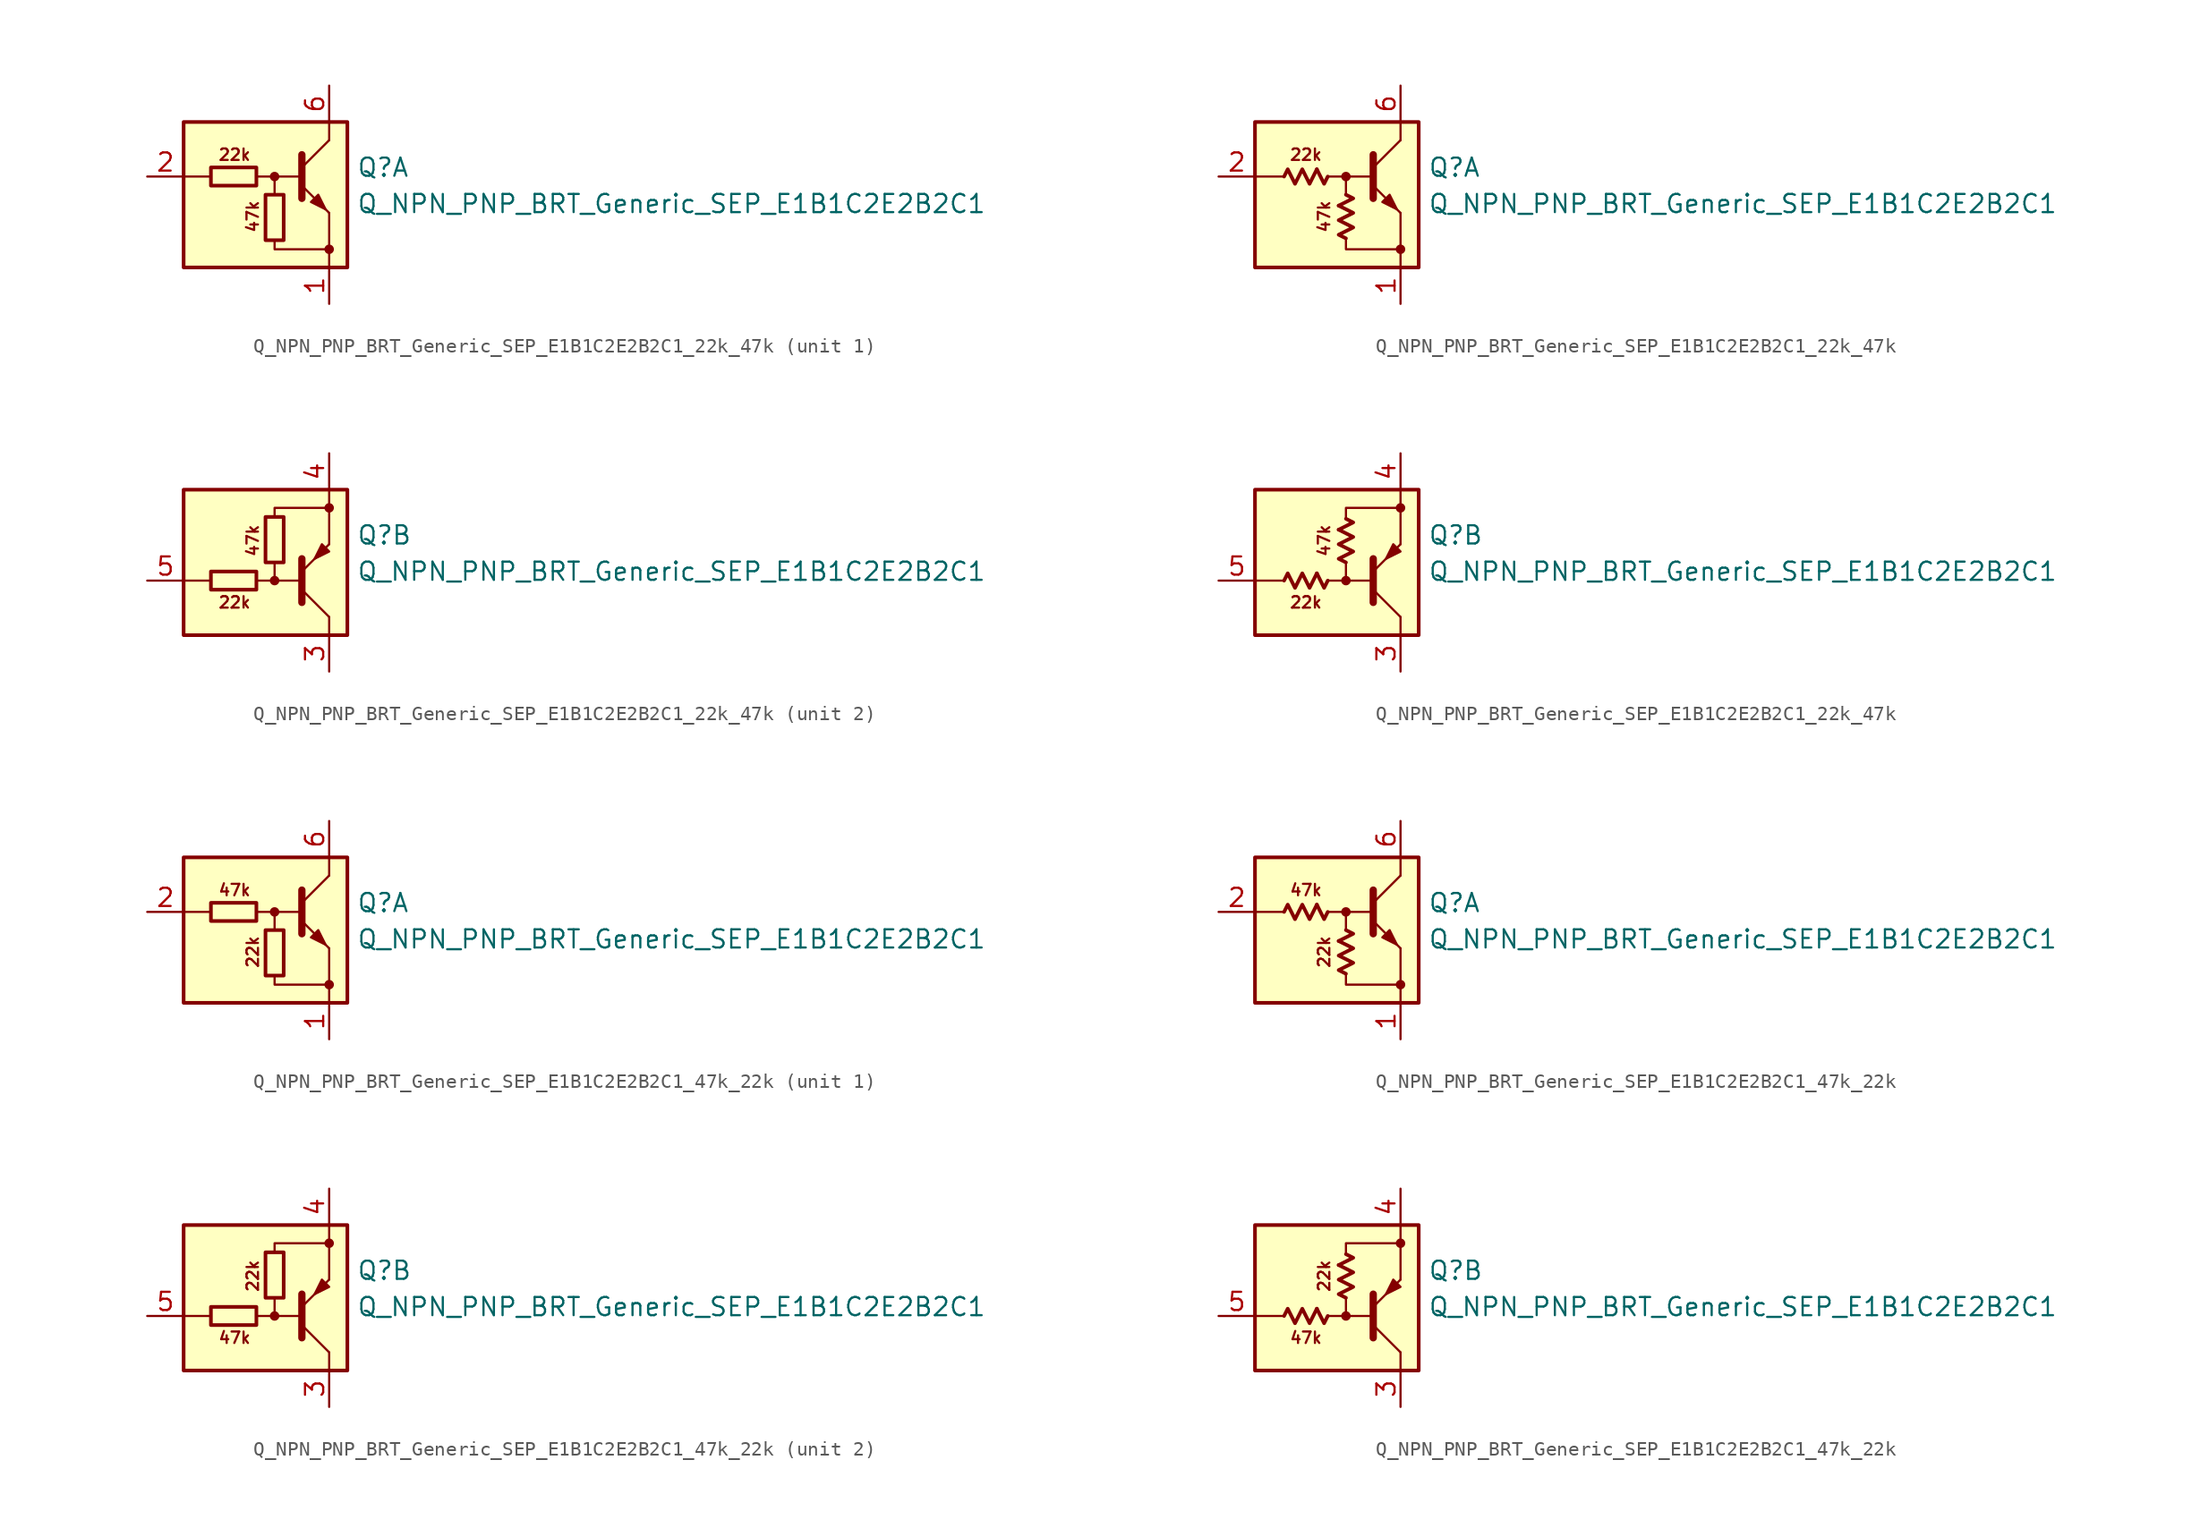
<source format=kicad_sym>
(kicad_symbol_lib
  (version 20220914)
  (generator kicad_symbol_editor)
  (symbol "Q_NPN_PNP_BRT_Generic_SEP_E1B1C2E2B2C1_22k_47k"
    (pin_names
      (offset 1.016) hide)
    (property "Reference" "Q"
      (at 5.715 1.905 0)
      (effects (font (size 1.27 1.27)) (justify left)))
    (property "Value" "Q_NPN_PNP_BRT_Generic_SEP_E1B1C2E2B2C1"
      (at 5.715 -0.635 0)
      (effects (font (size 1.27 1.27)) (justify left)))
    (property "ki_locked" ""
      (at 0 0 0)
      (effects (font (size 1.27 1.27))))
    (symbol "Q_NPN_PNP_BRT_Generic_SEP_E1B1C2E2B2C1_22k_47k_1_0"
      (rectangle (start -6.35 5.08) (end 5.08 -5.08) (stroke (width 0.254) (type default)) (fill (type background)))
      (polyline (pts (xy -4.445 1.27) (xy -6.35 1.27)) (stroke (width 0) (type default)) (fill (type none)))
      (polyline (pts (xy -0.254 1.27) (xy 1.905 1.27)) (stroke (width 0) (type default)) (fill (type none)))
      (polyline (pts (xy 1.905 1.905) (xy 3.81 3.81)) (stroke (width 0) (type default)) (fill (type none)))
      (polyline (pts (xy 1.905 2.794) (xy 1.905 -0.254)) (stroke (width 0.508) (type default)) (fill (type none)))
      (polyline (pts (xy 3.81 -3.81) (xy 3.81 -5.08)) (stroke (width 0) (type default)) (fill (type none)))
      (polyline (pts (xy 3.81 -3.81) (xy 3.81 -1.27)) (stroke (width 0) (type default)) (fill (type none)))
      (polyline (pts (xy 3.81 3.81) (xy 3.81 5.08)) (stroke (width 0) (type default)) (fill (type none)))
      (polyline (pts (xy -1.27 1.27) (xy 0 1.27) (xy 0 0)) (stroke (width 0) (type default)) (fill (type none)))
      (polyline (pts (xy 0 -3.175) (xy 0 -3.81) (xy 3.81 -3.81)) (stroke (width 0) (type default)) (fill (type none)))
      (polyline (pts (xy 1.905 0.635) (xy 3.81 -1.27) (xy 3.81 -1.27)) (stroke (width 0) (type default)) (fill (type none)))
      (polyline (pts (xy 2.54 -0.508) (xy 3.048 0) (xy 3.556 -1.016) (xy 2.54 -0.508) (xy 2.54 -0.508)) (stroke (width 0) (type default)) (fill (type outline)))
      (circle (center 0 1.27) (radius 0.254) (stroke (width 0) (type default)) (fill (type outline)))
      (circle (center 3.81 -3.81) (radius 0.254) (stroke (width 0) (type default)) (fill (type outline)))
      (text "22k" (at -2.794 2.794 0) (effects (font (size 0.8 0.8))))
      (text "47k" (at -1.524 -1.524 900) (effects (font (size 0.8 0.8)))))
    (symbol "Q_NPN_PNP_BRT_Generic_SEP_E1B1C2E2B2C1_22k_47k_1_1"
      (rectangle (start -4.445 1.905) (end -1.27 0.635) (stroke (width 0.254) (type default)) (fill (type none)))
      (rectangle (start -0.635 0) (end 0.635 -3.175) (stroke (width 0.254) (type default)) (fill (type none)))
      (pin passive line (at 3.81 -7.62 90) (length 2.54) (name "E1" (effects (font (size 1.27 1.27)))) (number "1" (effects (font (size 1.27 1.27)))))
      (pin input line (at -8.89 1.27 0) (length 2.54) (name "B1" (effects (font (size 1.27 1.27)))) (number "2" (effects (font (size 1.27 1.27)))))
      (pin passive line (at 3.81 7.62 270) (length 2.54) (name "C1" (effects (font (size 1.27 1.27)))) (number "6" (effects (font (size 1.27 1.27))))))
    (symbol "Q_NPN_PNP_BRT_Generic_SEP_E1B1C2E2B2C1_22k_47k_1_2"
      (polyline (pts (xy -2.032 1.778) (xy -1.524 0.762) (xy -1.27 1.27)) (stroke (width 0.254) (type default)) (fill (type none)))
      (polyline (pts (xy -0.508 -0.762) (xy 0.508 -0.254) (xy 0 0)) (stroke (width 0.254) (type default)) (fill (type none)))
      (polyline (pts (xy -4.318 1.27) (xy -4.064 1.778) (xy -3.556 0.762) (xy -3.048 1.778) (xy -2.54 0.762) (xy -2.032 1.778)) (stroke (width 0.254) (type default)) (fill (type none)))
      (polyline (pts (xy 0 -3.048) (xy -0.508 -2.794) (xy 0.508 -2.286) (xy -0.508 -1.778) (xy 0.508 -1.27) (xy -0.508 -0.762)) (stroke (width 0.254) (type default)) (fill (type none)))
      (pin passive line (at 3.81 -7.62 90) (length 2.54) (name "E1" (effects (font (size 1.27 1.27)))) (number "1" (effects (font (size 1.27 1.27)))))
      (pin input line (at -8.89 1.27 0) (length 2.54) (name "B1" (effects (font (size 1.27 1.27)))) (number "2" (effects (font (size 1.27 1.27)))))
      (pin passive line (at 3.81 7.62 270) (length 2.54) (name "C1" (effects (font (size 1.27 1.27)))) (number "6" (effects (font (size 1.27 1.27))))))
    (symbol "Q_NPN_PNP_BRT_Generic_SEP_E1B1C2E2B2C1_22k_47k_2_0"
      (rectangle (start -6.35 5.08) (end 5.08 -5.08) (stroke (width 0.254) (type default)) (fill (type background)))
      (circle (center 0 -1.27) (radius 0.254) (stroke (width 0) (type default)) (fill (type outline)))
      (polyline (pts (xy -4.445 -1.27) (xy -6.35 -1.27)) (stroke (width 0) (type default)) (fill (type none)))
      (polyline (pts (xy -0.254 -1.27) (xy 1.905 -1.27)) (stroke (width 0) (type default)) (fill (type none)))
      (polyline (pts (xy 1.905 -2.794) (xy 1.905 0.254)) (stroke (width 0.508) (type default)) (fill (type none)))
      (polyline (pts (xy 1.905 -1.905) (xy 3.81 -3.81)) (stroke (width 0) (type default)) (fill (type none)))
      (polyline (pts (xy 3.81 -3.81) (xy 3.81 -5.08)) (stroke (width 0) (type default)) (fill (type none)))
      (polyline (pts (xy 3.81 3.81) (xy 3.81 1.27)) (stroke (width 0) (type default)) (fill (type none)))
      (polyline (pts (xy 3.81 3.81) (xy 3.81 5.08)) (stroke (width 0) (type default)) (fill (type none)))
      (polyline (pts (xy -1.27 -1.27) (xy 0 -1.27) (xy 0 0)) (stroke (width 0) (type default)) (fill (type none)))
      (polyline (pts (xy 0 3.175) (xy 0 3.81) (xy 3.81 3.81)) (stroke (width 0) (type default)) (fill (type none)))
      (polyline (pts (xy 1.905 -0.635) (xy 3.81 1.27) (xy 3.81 1.27)) (stroke (width 0) (type default)) (fill (type none)))
      (polyline (pts (xy 3.81 0.762) (xy 3.302 1.27) (xy 2.794 0.254) (xy 3.81 0.762) (xy 3.81 0.762)) (stroke (width 0) (type default)) (fill (type outline)))
      (circle (center 3.81 3.81) (radius 0.254) (stroke (width 0) (type default)) (fill (type outline)))
      (text "22k" (at -2.794 -2.794 0) (effects (font (size 0.8 0.8))))
      (text "47k" (at -1.524 1.524 900) (effects (font (size 0.8 0.8)))))
    (symbol "Q_NPN_PNP_BRT_Generic_SEP_E1B1C2E2B2C1_22k_47k_2_1"
      (rectangle (start -1.27 -0.635) (end -4.445 -1.905) (stroke (width 0.254) (type default)) (fill (type none)))
      (rectangle (start 0.635 3.175) (end -0.635 0) (stroke (width 0.254) (type default)) (fill (type none)))
      (pin passive line (at 3.81 -7.62 90) (length 2.54) (name "C2" (effects (font (size 1.27 1.27)))) (number "3" (effects (font (size 1.27 1.27)))))
      (pin passive line (at 3.81 7.62 270) (length 2.54) (name "E2" (effects (font (size 1.27 1.27)))) (number "4" (effects (font (size 1.27 1.27)))))
      (pin input line (at -8.89 -1.27 0) (length 2.54) (name "B2" (effects (font (size 1.27 1.27)))) (number "5" (effects (font (size 1.27 1.27))))))
    (symbol "Q_NPN_PNP_BRT_Generic_SEP_E1B1C2E2B2C1_22k_47k_2_2"
      (polyline (pts (xy -2.032 -0.762) (xy -1.524 -1.778) (xy -1.27 -1.27)) (stroke (width 0.254) (type default)) (fill (type none)))
      (polyline (pts (xy -0.508 2.286) (xy 0.508 2.794) (xy 0 3.048)) (stroke (width 0.254) (type default)) (fill (type none)))
      (polyline (pts (xy -4.318 -1.27) (xy -4.064 -0.762) (xy -3.556 -1.778) (xy -3.048 -0.762) (xy -2.54 -1.778) (xy -2.032 -0.762)) (stroke (width 0.254) (type default)) (fill (type none)))
      (polyline (pts (xy 0 0) (xy -0.508 0.254) (xy 0.508 0.762) (xy -0.508 1.27) (xy 0.508 1.778) (xy -0.508 2.286)) (stroke (width 0.254) (type default)) (fill (type none)))
      (pin passive line (at 3.81 -7.62 90) (length 2.54) (name "C2" (effects (font (size 1.27 1.27)))) (number "3" (effects (font (size 1.27 1.27)))))
      (pin passive line (at 3.81 7.62 270) (length 2.54) (name "E2" (effects (font (size 1.27 1.27)))) (number "4" (effects (font (size 1.27 1.27)))))
      (pin input line (at -8.89 -1.27 0) (length 2.54) (name "B2" (effects (font (size 1.27 1.27)))) (number "5" (effects (font (size 1.27 1.27)))))))
  (symbol "Q_NPN_PNP_BRT_Generic_SEP_E1B1C2E2B2C1_47k_22k"
    (pin_names
      (offset 1.016) hide)
    (property "Reference" "Q"
      (at 5.715 1.905 0)
      (effects (font (size 1.27 1.27)) (justify left)))
    (property "Value" "Q_NPN_PNP_BRT_Generic_SEP_E1B1C2E2B2C1"
      (at 5.715 -0.635 0)
      (effects (font (size 1.27 1.27)) (justify left)))
    (property "ki_locked" ""
      (at 0 0 0)
      (effects (font (size 1.27 1.27))))
    (symbol "Q_NPN_PNP_BRT_Generic_SEP_E1B1C2E2B2C1_47k_22k_1_0"
      (rectangle (start -6.35 5.08) (end 5.08 -5.08) (stroke (width 0.254) (type default)) (fill (type background)))
      (polyline (pts (xy -4.445 1.27) (xy -6.35 1.27)) (stroke (width 0) (type default)) (fill (type none)))
      (polyline (pts (xy -0.254 1.27) (xy 1.905 1.27)) (stroke (width 0) (type default)) (fill (type none)))
      (polyline (pts (xy 1.905 1.905) (xy 3.81 3.81)) (stroke (width 0) (type default)) (fill (type none)))
      (polyline (pts (xy 1.905 2.794) (xy 1.905 -0.254)) (stroke (width 0.508) (type default)) (fill (type none)))
      (polyline (pts (xy 3.81 -3.81) (xy 3.81 -5.08)) (stroke (width 0) (type default)) (fill (type none)))
      (polyline (pts (xy 3.81 -3.81) (xy 3.81 -1.27)) (stroke (width 0) (type default)) (fill (type none)))
      (polyline (pts (xy 3.81 3.81) (xy 3.81 5.08)) (stroke (width 0) (type default)) (fill (type none)))
      (polyline (pts (xy -1.27 1.27) (xy 0 1.27) (xy 0 0)) (stroke (width 0) (type default)) (fill (type none)))
      (polyline (pts (xy 0 -3.175) (xy 0 -3.81) (xy 3.81 -3.81)) (stroke (width 0) (type default)) (fill (type none)))
      (polyline (pts (xy 1.905 0.635) (xy 3.81 -1.27) (xy 3.81 -1.27)) (stroke (width 0) (type default)) (fill (type none)))
      (polyline (pts (xy 2.54 -0.508) (xy 3.048 0) (xy 3.556 -1.016) (xy 2.54 -0.508) (xy 2.54 -0.508)) (stroke (width 0) (type default)) (fill (type outline)))
      (circle (center 0 1.27) (radius 0.254) (stroke (width 0) (type default)) (fill (type outline)))
      (circle (center 3.81 -3.81) (radius 0.254) (stroke (width 0) (type default)) (fill (type outline)))
      (text "22k" (at -1.524 -1.524 900) (effects (font (size 0.8 0.8))))
      (text "47k" (at -2.794 2.794 0) (effects (font (size 0.8 0.8)))))
    (symbol "Q_NPN_PNP_BRT_Generic_SEP_E1B1C2E2B2C1_47k_22k_1_1"
      (rectangle (start -4.445 1.905) (end -1.27 0.635) (stroke (width 0.254) (type default)) (fill (type none)))
      (rectangle (start -0.635 0) (end 0.635 -3.175) (stroke (width 0.254) (type default)) (fill (type none)))
      (pin passive line (at 3.81 -7.62 90) (length 2.54) (name "E1" (effects (font (size 1.27 1.27)))) (number "1" (effects (font (size 1.27 1.27)))))
      (pin input line (at -8.89 1.27 0) (length 2.54) (name "B1" (effects (font (size 1.27 1.27)))) (number "2" (effects (font (size 1.27 1.27)))))
      (pin passive line (at 3.81 7.62 270) (length 2.54) (name "C1" (effects (font (size 1.27 1.27)))) (number "6" (effects (font (size 1.27 1.27))))))
    (symbol "Q_NPN_PNP_BRT_Generic_SEP_E1B1C2E2B2C1_47k_22k_1_2"
      (polyline (pts (xy -2.032 1.778) (xy -1.524 0.762) (xy -1.27 1.27)) (stroke (width 0.254) (type default)) (fill (type none)))
      (polyline (pts (xy -0.508 -0.762) (xy 0.508 -0.254) (xy 0 0)) (stroke (width 0.254) (type default)) (fill (type none)))
      (polyline (pts (xy -4.318 1.27) (xy -4.064 1.778) (xy -3.556 0.762) (xy -3.048 1.778) (xy -2.54 0.762) (xy -2.032 1.778)) (stroke (width 0.254) (type default)) (fill (type none)))
      (polyline (pts (xy 0 -3.048) (xy -0.508 -2.794) (xy 0.508 -2.286) (xy -0.508 -1.778) (xy 0.508 -1.27) (xy -0.508 -0.762)) (stroke (width 0.254) (type default)) (fill (type none)))
      (pin passive line (at 3.81 -7.62 90) (length 2.54) (name "E1" (effects (font (size 1.27 1.27)))) (number "1" (effects (font (size 1.27 1.27)))))
      (pin input line (at -8.89 1.27 0) (length 2.54) (name "B1" (effects (font (size 1.27 1.27)))) (number "2" (effects (font (size 1.27 1.27)))))
      (pin passive line (at 3.81 7.62 270) (length 2.54) (name "C1" (effects (font (size 1.27 1.27)))) (number "6" (effects (font (size 1.27 1.27))))))
    (symbol "Q_NPN_PNP_BRT_Generic_SEP_E1B1C2E2B2C1_47k_22k_2_0"
      (rectangle (start -6.35 5.08) (end 5.08 -5.08) (stroke (width 0.254) (type default)) (fill (type background)))
      (circle (center 0 -1.27) (radius 0.254) (stroke (width 0) (type default)) (fill (type outline)))
      (polyline (pts (xy -4.445 -1.27) (xy -6.35 -1.27)) (stroke (width 0) (type default)) (fill (type none)))
      (polyline (pts (xy -0.254 -1.27) (xy 1.905 -1.27)) (stroke (width 0) (type default)) (fill (type none)))
      (polyline (pts (xy 1.905 -2.794) (xy 1.905 0.254)) (stroke (width 0.508) (type default)) (fill (type none)))
      (polyline (pts (xy 1.905 -1.905) (xy 3.81 -3.81)) (stroke (width 0) (type default)) (fill (type none)))
      (polyline (pts (xy 3.81 -3.81) (xy 3.81 -5.08)) (stroke (width 0) (type default)) (fill (type none)))
      (polyline (pts (xy 3.81 3.81) (xy 3.81 1.27)) (stroke (width 0) (type default)) (fill (type none)))
      (polyline (pts (xy 3.81 3.81) (xy 3.81 5.08)) (stroke (width 0) (type default)) (fill (type none)))
      (polyline (pts (xy -1.27 -1.27) (xy 0 -1.27) (xy 0 0)) (stroke (width 0) (type default)) (fill (type none)))
      (polyline (pts (xy 0 3.175) (xy 0 3.81) (xy 3.81 3.81)) (stroke (width 0) (type default)) (fill (type none)))
      (polyline (pts (xy 1.905 -0.635) (xy 3.81 1.27) (xy 3.81 1.27)) (stroke (width 0) (type default)) (fill (type none)))
      (polyline (pts (xy 3.81 0.762) (xy 3.302 1.27) (xy 2.794 0.254) (xy 3.81 0.762) (xy 3.81 0.762)) (stroke (width 0) (type default)) (fill (type outline)))
      (circle (center 3.81 3.81) (radius 0.254) (stroke (width 0) (type default)) (fill (type outline)))
      (text "22k" (at -1.524 1.524 900) (effects (font (size 0.8 0.8))))
      (text "47k" (at -2.794 -2.794 0) (effects (font (size 0.8 0.8)))))
    (symbol "Q_NPN_PNP_BRT_Generic_SEP_E1B1C2E2B2C1_47k_22k_2_1"
      (rectangle (start -1.27 -0.635) (end -4.445 -1.905) (stroke (width 0.254) (type default)) (fill (type none)))
      (rectangle (start 0.635 3.175) (end -0.635 0) (stroke (width 0.254) (type default)) (fill (type none)))
      (pin passive line (at 3.81 -7.62 90) (length 2.54) (name "C2" (effects (font (size 1.27 1.27)))) (number "3" (effects (font (size 1.27 1.27)))))
      (pin passive line (at 3.81 7.62 270) (length 2.54) (name "E2" (effects (font (size 1.27 1.27)))) (number "4" (effects (font (size 1.27 1.27)))))
      (pin input line (at -8.89 -1.27 0) (length 2.54) (name "B2" (effects (font (size 1.27 1.27)))) (number "5" (effects (font (size 1.27 1.27))))))
    (symbol "Q_NPN_PNP_BRT_Generic_SEP_E1B1C2E2B2C1_47k_22k_2_2"
      (polyline (pts (xy -2.032 -0.762) (xy -1.524 -1.778) (xy -1.27 -1.27)) (stroke (width 0.254) (type default)) (fill (type none)))
      (polyline (pts (xy -0.508 2.286) (xy 0.508 2.794) (xy 0 3.048)) (stroke (width 0.254) (type default)) (fill (type none)))
      (polyline (pts (xy -4.318 -1.27) (xy -4.064 -0.762) (xy -3.556 -1.778) (xy -3.048 -0.762) (xy -2.54 -1.778) (xy -2.032 -0.762)) (stroke (width 0.254) (type default)) (fill (type none)))
      (polyline (pts (xy 0 0) (xy -0.508 0.254) (xy 0.508 0.762) (xy -0.508 1.27) (xy 0.508 1.778) (xy -0.508 2.286)) (stroke (width 0.254) (type default)) (fill (type none)))
      (pin passive line (at 3.81 -7.62 90) (length 2.54) (name "C2" (effects (font (size 1.27 1.27)))) (number "3" (effects (font (size 1.27 1.27)))))
      (pin passive line (at 3.81 7.62 270) (length 2.54) (name "E2" (effects (font (size 1.27 1.27)))) (number "4" (effects (font (size 1.27 1.27)))))
      (pin input line (at -8.89 -1.27 0) (length 2.54) (name "B2" (effects (font (size 1.27 1.27)))) (number "5" (effects (font (size 1.27 1.27))))))))
</source>
